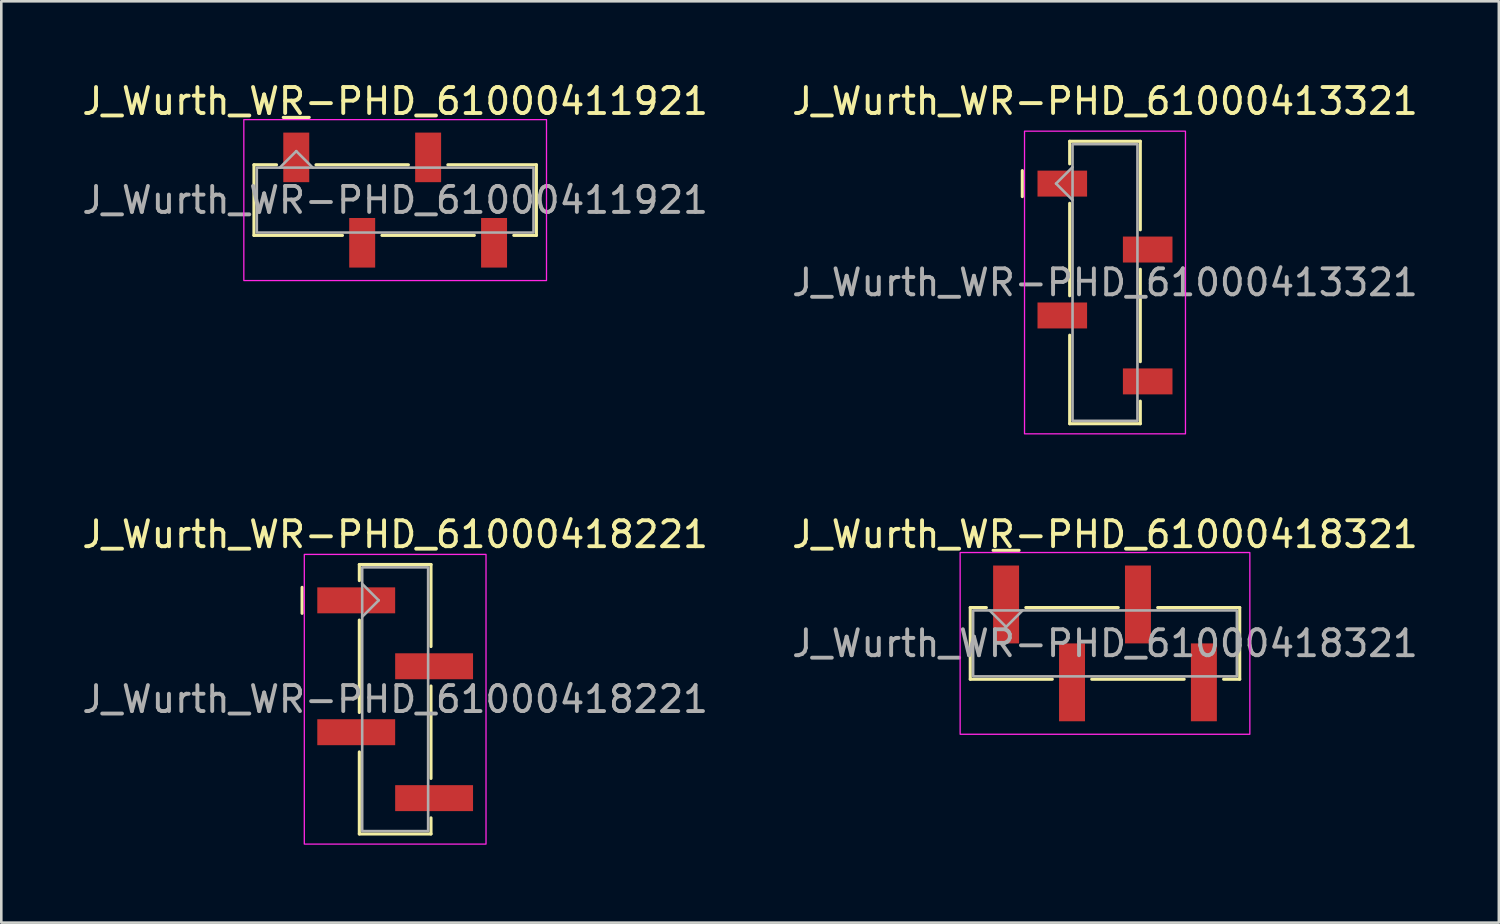
<source format=kicad_pcb>
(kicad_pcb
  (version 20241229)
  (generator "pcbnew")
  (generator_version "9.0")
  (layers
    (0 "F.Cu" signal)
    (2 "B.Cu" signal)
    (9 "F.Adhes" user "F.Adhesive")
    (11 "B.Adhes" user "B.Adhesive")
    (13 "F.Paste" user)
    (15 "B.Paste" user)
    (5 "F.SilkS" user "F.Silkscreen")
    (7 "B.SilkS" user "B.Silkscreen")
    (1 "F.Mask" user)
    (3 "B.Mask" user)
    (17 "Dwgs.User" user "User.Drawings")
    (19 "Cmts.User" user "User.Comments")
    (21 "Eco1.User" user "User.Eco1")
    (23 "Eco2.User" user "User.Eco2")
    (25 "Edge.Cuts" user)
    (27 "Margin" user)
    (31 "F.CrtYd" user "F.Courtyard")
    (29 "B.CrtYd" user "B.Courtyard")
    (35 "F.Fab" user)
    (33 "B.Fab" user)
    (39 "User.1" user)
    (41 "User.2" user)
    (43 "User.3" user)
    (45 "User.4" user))
  (footprint "J_Wurth_WR-PHD_61000413321"
    (layer "F.Cu")
    (at 39.518 7.833)
    (property "Reference" "J_Wurth_WR-PHD_61000413321" (at 0 -6.985 0) (unlocked yes) (layer "F.SilkS") (effects (font (size 1 1) (thickness 0.15))))
    (attr smd)
    (fp_line (start -3.185 -4.31) (end -3.185 -3.31) (stroke (width 0.12) (type solid)) (layer "F.SilkS"))
    (fp_line (start -1.36 -5.44) (end -1.36 -4.57) (stroke (width 0.12) (type solid)) (layer "F.SilkS"))
    (fp_line (start -1.36 -5.44) (end 1.36 -5.44) (stroke (width 0.12) (type solid)) (layer "F.SilkS"))
    (fp_line (start -1.36 -3.05) (end -1.36 0.51) (stroke (width 0.12) (type solid)) (layer "F.SilkS"))
    (fp_line (start -1.36 2.03) (end -1.36 5.44) (stroke (width 0.12) (type solid)) (layer "F.SilkS"))
    (fp_line (start -1.36 5.44) (end 1.36 5.44) (stroke (width 0.12) (type solid)) (layer "F.SilkS"))
    (fp_line (start 1.36 -5.44) (end 1.36 -2.03) (stroke (width 0.12) (type solid)) (layer "F.SilkS"))
    (fp_line (start 1.36 -0.51) (end 1.36 3.05) (stroke (width 0.12) (type solid)) (layer "F.SilkS"))
    (fp_line (start 1.36 4.57) (end 1.36 5.44) (stroke (width 0.12) (type solid)) (layer "F.SilkS"))
    (fp_rect (start -3.1 -5.83) (end 3.1 5.83) (stroke (width 0.05) (type solid)) (fill no) (layer "F.CrtYd"))
    (fp_line (start -1.885 -3.81) (end -1.25 -3.175) (stroke (width 0.1) (type default)) (layer "F.Fab"))
    (fp_line (start -1.25 -4.445) (end -1.885 -3.81) (stroke (width 0.1) (type default)) (layer "F.Fab"))
    (fp_rect (start -1.25 -5.33) (end 1.25 5.33) (stroke (width 0.1) (type solid)) (fill no) (layer "F.Fab"))
    (fp_text user "${REFERENCE}" (at 0 0 0) (unlocked yes) (layer "F.Fab") (effects (font (size 1 1) (thickness 0.15))))
    (pad "1" smd rect (at -1.645 -3.81 270) (size 1 1.91) (layers "F.Cu" "F.Mask" "F.Paste"))
    (pad "2" smd rect (at 1.645 -1.27 270) (size 1 1.91) (layers "F.Cu" "F.Mask" "F.Paste"))
    (pad "3" smd rect (at -1.645 1.27 270) (size 1 1.91) (layers "F.Cu" "F.Mask" "F.Paste"))
    (pad "4" smd rect (at 1.645 3.81 270) (size 1 1.91) (layers "F.Cu" "F.Mask" "F.Paste")))
  (footprint "J_Wurth_WR-PHD_61000418321"
    (layer "F.Cu")
    (at 39.518 21.736)
    (property "Reference" "J_Wurth_WR-PHD_61000418321" (at 0 -4.2 0) (unlocked yes) (layer "F.SilkS") (effects (font (size 1 1) (thickness 0.15))))
    (attr smd)
    (fp_line (start -5.19 -1.38) (end -5.19 1.38) (stroke (width 0.12) (type solid)) (layer "F.SilkS"))
    (fp_line (start -5.19 -1.38) (end -4.57 -1.38) (stroke (width 0.12) (type solid)) (layer "F.SilkS"))
    (fp_line (start -5.19 1.38) (end -2.03 1.38) (stroke (width 0.12) (type solid)) (layer "F.SilkS"))
    (fp_line (start -4.31 -3.585) (end -3.31 -3.585) (stroke (width 0.12) (type solid)) (layer "F.SilkS"))
    (fp_line (start -3.05 -1.38) (end 0.51 -1.38) (stroke (width 0.12) (type solid)) (layer "F.SilkS"))
    (fp_line (start 2.03 -1.38) (end 5.19 -1.38) (stroke (width 0.12) (type solid)) (layer "F.SilkS"))
    (fp_line (start 3.05 1.38) (end -0.51 1.38) (stroke (width 0.12) (type solid)) (layer "F.SilkS"))
    (fp_line (start 4.57 1.38) (end 5.19 1.38) (stroke (width 0.12) (type solid)) (layer "F.SilkS"))
    (fp_line (start 5.19 -1.38) (end 5.19 1.38) (stroke (width 0.12) (type solid)) (layer "F.SilkS"))
    (fp_rect (start -5.58 -3.5) (end 5.58 3.5) (stroke (width 0.05) (type solid)) (fill no) (layer "F.CrtYd"))
    (fp_line (start -4.445 -1.27) (end -3.81 -0.635) (stroke (width 0.1) (type default)) (layer "F.Fab"))
    (fp_line (start -3.81 -0.635) (end -3.175 -1.27) (stroke (width 0.1) (type default)) (layer "F.Fab"))
    (fp_rect (start -5.08 -1.27) (end 5.08 1.27) (stroke (width 0.1) (type default)) (fill no) (layer "F.Fab"))
    (fp_text user "${REFERENCE}" (at 0 0 0) (unlocked yes) (layer "F.Fab") (effects (font (size 1 1) (thickness 0.15))))
    (pad "1" smd rect (at -3.81 -1.5) (size 1 3) (layers "F.Cu" "F.Mask" "F.Paste"))
    (pad "2" smd rect (at -1.27 1.5) (size 1 3) (layers "F.Cu" "F.Mask" "F.Paste"))
    (pad "3" smd rect (at 1.27 -1.5) (size 1 3) (layers "F.Cu" "F.Mask" "F.Paste"))
    (pad "4" smd rect (at 3.81 1.5) (size 1 3) (layers "F.Cu" "F.Mask" "F.Paste")))
  (footprint "J_Wurth_WR-PHD_61000418221"
    (layer "F.Cu")
    (at 12.173 23.887)
    (property "Reference" "J_Wurth_WR-PHD_61000418221" (at 0 -6.35 0) (unlocked yes) (layer "F.SilkS") (effects (font (size 1 1) (thickness 0.15))))
    (attr smd)
    (fp_line (start -3.585 -4.31) (end -3.585 -3.31) (stroke (width 0.12) (type solid)) (layer "F.SilkS"))
    (fp_line (start -1.38 -5.19) (end -1.38 -4.57) (stroke (width 0.12) (type solid)) (layer "F.SilkS"))
    (fp_line (start -1.38 -5.19) (end 1.38 -5.19) (stroke (width 0.12) (type solid)) (layer "F.SilkS"))
    (fp_line (start -1.38 -3.05) (end -1.38 0.51) (stroke (width 0.12) (type solid)) (layer "F.SilkS"))
    (fp_line (start -1.38 2.03) (end -1.38 5.19) (stroke (width 0.12) (type solid)) (layer "F.SilkS"))
    (fp_line (start -1.38 5.19) (end 1.38 5.19) (stroke (width 0.12) (type solid)) (layer "F.SilkS"))
    (fp_line (start 1.38 -5.19) (end 1.38 -2.03) (stroke (width 0.12) (type solid)) (layer "F.SilkS"))
    (fp_line (start 1.38 3.05) (end 1.38 -0.51) (stroke (width 0.12) (type solid)) (layer "F.SilkS"))
    (fp_line (start 1.38 4.57) (end 1.38 5.19) (stroke (width 0.12) (type solid)) (layer "F.SilkS"))
    (fp_rect (start -3.5 -5.58) (end 3.5 5.58) (stroke (width 0.05) (type solid)) (fill no) (layer "F.CrtYd"))
    (fp_line (start -1.27 -4.445) (end -0.635 -3.81) (stroke (width 0.1) (type default)) (layer "F.Fab"))
    (fp_line (start -0.635 -3.81) (end -1.27 -3.175) (stroke (width 0.1) (type default)) (layer "F.Fab"))
    (fp_rect (start -1.27 -5.08) (end 1.27 5.08) (stroke (width 0.1) (type default)) (fill no) (layer "F.Fab"))
    (fp_text user "${REFERENCE}" (at 0 0 0) (unlocked yes) (layer "F.Fab") (effects (font (size 1 1) (thickness 0.15))))
    (pad "1" smd rect (at -1.5 -3.81 270) (size 1 3) (layers "F.Cu" "F.Mask" "F.Paste"))
    (pad "2" smd rect (at 1.5 -1.27 270) (size 1 3) (layers "F.Cu" "F.Mask" "F.Paste"))
    (pad "3" smd rect (at -1.5 1.27 270) (size 1 3) (layers "F.Cu" "F.Mask" "F.Paste"))
    (pad "4" smd rect (at 1.5 3.81 270) (size 1 3) (layers "F.Cu" "F.Mask" "F.Paste")))
  (footprint "J_Wurth_WR-PHD_61000411921"
    (layer "F.Cu")
    (at 12.173 4.658)
    (property "Reference" "J_Wurth_WR-PHD_61000411921" (at 0 -3.81 0) (unlocked yes) (layer "F.SilkS") (effects (font (size 1 1) (thickness 0.15))))
    (attr smd)
    (fp_line (start -5.44 -1.36) (end -5.44 1.36) (stroke (width 0.12) (type solid)) (layer "F.SilkS"))
    (fp_line (start -5.44 -1.36) (end -4.57 -1.36) (stroke (width 0.12) (type solid)) (layer "F.SilkS"))
    (fp_line (start -5.44 1.36) (end -2.03 1.36) (stroke (width 0.12) (type solid)) (layer "F.SilkS"))
    (fp_line (start -4.31 -3.185) (end -3.31 -3.185) (stroke (width 0.12) (type solid)) (layer "F.SilkS"))
    (fp_line (start -3.05 -1.36) (end 0.51 -1.36) (stroke (width 0.12) (type solid)) (layer "F.SilkS"))
    (fp_line (start -0.51 1.36) (end 3.05 1.36) (stroke (width 0.12) (type solid)) (layer "F.SilkS"))
    (fp_line (start 2.03 -1.36) (end 5.44 -1.36) (stroke (width 0.12) (type solid)) (layer "F.SilkS"))
    (fp_line (start 4.57 1.36) (end 5.44 1.36) (stroke (width 0.12) (type solid)) (layer "F.SilkS"))
    (fp_line (start 5.44 -1.36) (end 5.44 1.36) (stroke (width 0.12) (type solid)) (layer "F.SilkS"))
    (fp_rect (start -5.83 -3.1) (end 5.83 3.1) (stroke (width 0.05) (type solid)) (fill no) (layer "F.CrtYd"))
    (fp_line (start -4.445 -1.25) (end -3.81 -1.885) (stroke (width 0.1) (type default)) (layer "F.Fab"))
    (fp_line (start -3.81 -1.885) (end -3.175 -1.25) (stroke (width 0.1) (type default)) (layer "F.Fab"))
    (fp_rect (start -5.33 -1.25) (end 5.33 1.25) (stroke (width 0.1) (type solid)) (fill no) (layer "F.Fab"))
    (fp_text user "${REFERENCE}" (at 0 0 0) (unlocked yes) (layer "F.Fab") (effects (font (size 1 1) (thickness 0.15))))
    (pad "1" smd rect (at -3.81 -1.645) (size 1 1.91) (layers "F.Cu" "F.Mask" "F.Paste"))
    (pad "2" smd rect (at -1.27 1.645) (size 1 1.91) (layers "F.Cu" "F.Mask" "F.Paste"))
    (pad "3" smd rect (at 1.27 -1.645) (size 1 1.91) (layers "F.Cu" "F.Mask" "F.Paste"))
    (pad "4" smd rect (at 3.81 1.645) (size 1 1.91) (layers "F.Cu" "F.Mask" "F.Paste")))
  (gr_rect
    (start -3 -3)
    (end 54.69 32.492)
    (stroke (width 0.1) (type default))
    (fill no)
    (layer "Edge.Cuts")))
</source>
